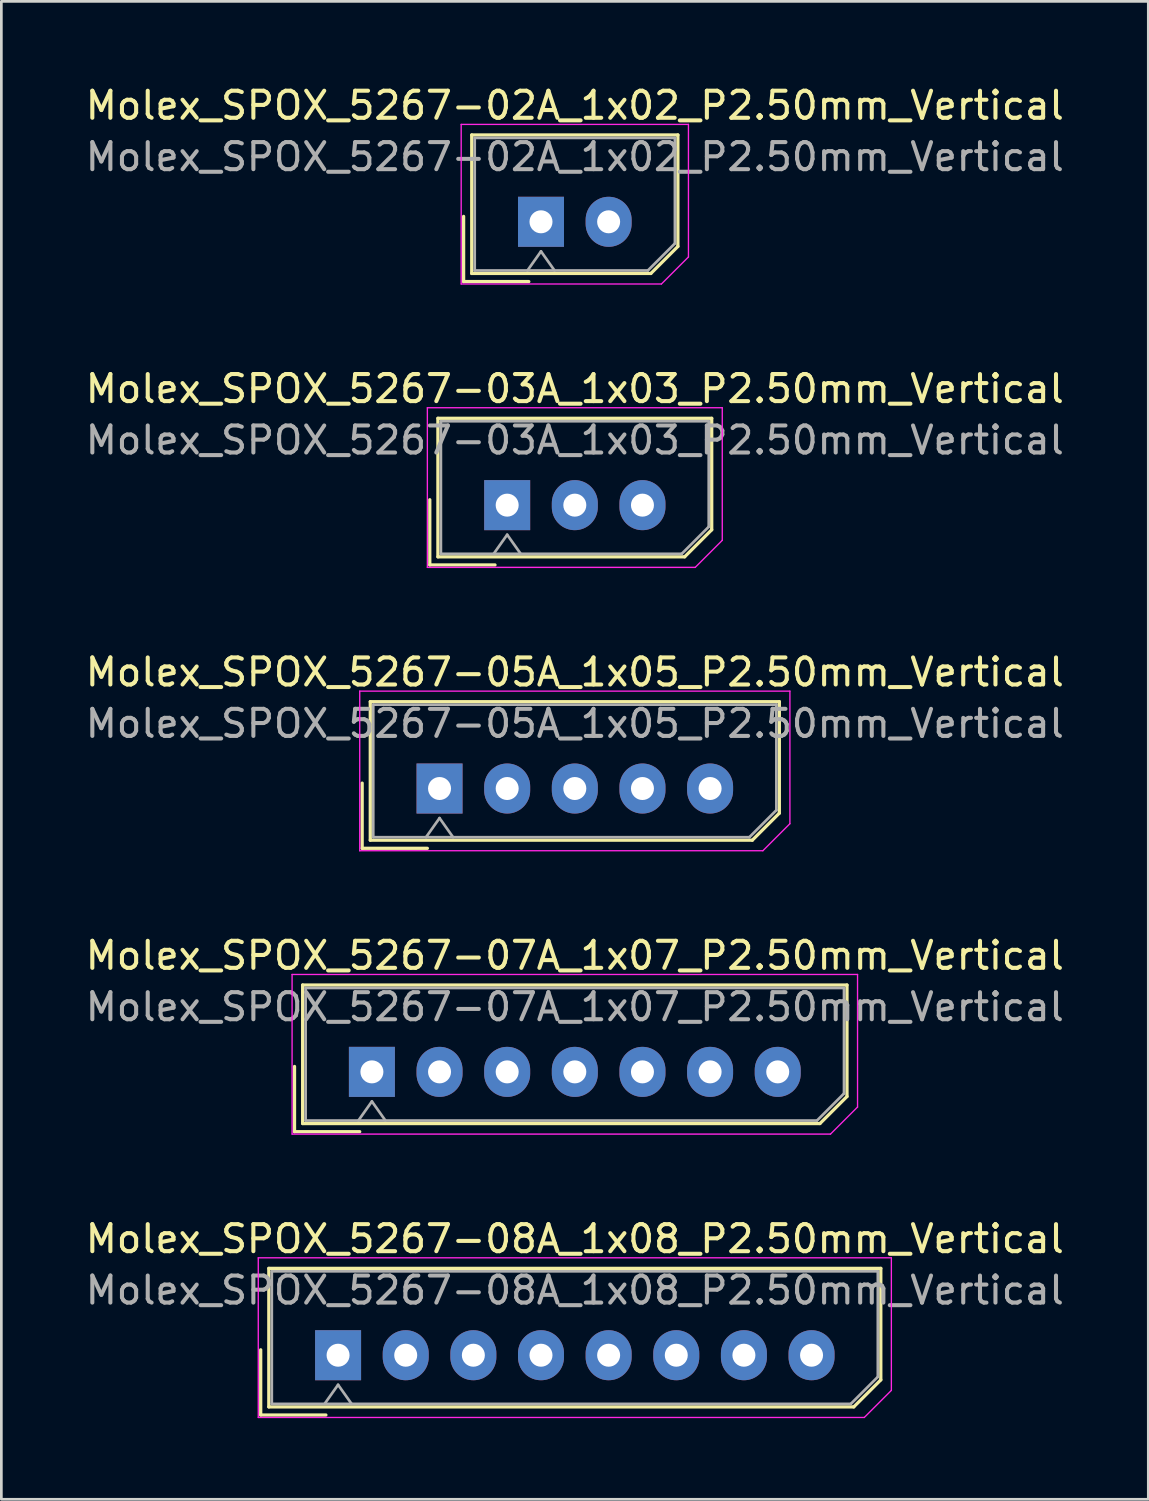
<source format=kicad_pcb>
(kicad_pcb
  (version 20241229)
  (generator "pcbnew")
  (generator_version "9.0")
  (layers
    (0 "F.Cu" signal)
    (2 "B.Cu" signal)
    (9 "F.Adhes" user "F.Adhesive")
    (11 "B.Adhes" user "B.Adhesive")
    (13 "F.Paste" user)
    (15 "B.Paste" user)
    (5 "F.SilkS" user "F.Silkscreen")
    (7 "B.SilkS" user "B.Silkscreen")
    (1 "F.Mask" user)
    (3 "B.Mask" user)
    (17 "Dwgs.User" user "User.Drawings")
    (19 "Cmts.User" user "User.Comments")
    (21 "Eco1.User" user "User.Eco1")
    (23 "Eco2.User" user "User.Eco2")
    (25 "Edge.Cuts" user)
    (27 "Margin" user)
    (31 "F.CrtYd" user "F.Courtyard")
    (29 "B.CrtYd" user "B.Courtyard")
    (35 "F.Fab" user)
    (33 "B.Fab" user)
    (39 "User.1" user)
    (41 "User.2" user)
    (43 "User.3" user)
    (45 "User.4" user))
  (footprint "Molex_SPOX_5267-03A_1x03_P2.50mm_Vertical"
    (layer "F.Cu")
    (at 15.696 15.621)
    (property "Reference" "Molex_SPOX_5267-03A_1x03_P2.50mm_Vertical" (at 2.5 -4.3 0) (layer "F.SilkS") (effects (font (size 1 1) (thickness 0.15))))
    (attr through_hole)
    (fp_line (start -2.86 -0.2) (end -2.86 2.21) (stroke (width 0.12) (type solid)) (layer "F.SilkS"))
    (fp_line (start -2.86 2.21) (end -0.45 2.21) (stroke (width 0.12) (type solid)) (layer "F.SilkS"))
    (fp_line (start -2.56 -3.21) (end -2.56 1.91) (stroke (width 0.12) (type solid)) (layer "F.SilkS"))
    (fp_line (start -2.56 1.91) (end 6.56 1.91) (stroke (width 0.12) (type solid)) (layer "F.SilkS"))
    (fp_line (start 6.56 1.91) (end 7.56 0.91) (stroke (width 0.12) (type solid)) (layer "F.SilkS"))
    (fp_line (start 7.56 -3.21) (end -2.56 -3.21) (stroke (width 0.12) (type solid)) (layer "F.SilkS"))
    (fp_line (start 7.56 0.91) (end 7.56 -3.21) (stroke (width 0.12) (type solid)) (layer "F.SilkS"))
    (fp_line (start -2.95 -3.6) (end -2.95 2.3) (stroke (width 0.05) (type solid)) (layer "F.CrtYd"))
    (fp_line (start -2.95 2.3) (end 6.95 2.3) (stroke (width 0.05) (type solid)) (layer "F.CrtYd"))
    (fp_line (start 6.95 2.3) (end 7.95 1.3) (stroke (width 0.05) (type solid)) (layer "F.CrtYd"))
    (fp_line (start 7.95 -3.6) (end -2.95 -3.6) (stroke (width 0.05) (type solid)) (layer "F.CrtYd"))
    (fp_line (start 7.95 1.3) (end 7.95 -3.6) (stroke (width 0.05) (type solid)) (layer "F.CrtYd"))
    (fp_line (start -2.45 -3.1) (end -2.45 1.8) (stroke (width 0.1) (type solid)) (layer "F.Fab"))
    (fp_line (start -2.45 1.8) (end 6.45 1.8) (stroke (width 0.1) (type solid)) (layer "F.Fab"))
    (fp_line (start -0.5 1.8) (end 0 1.093) (stroke (width 0.1) (type solid)) (layer "F.Fab"))
    (fp_line (start 0 1.093) (end 0.5 1.8) (stroke (width 0.1) (type solid)) (layer "F.Fab"))
    (fp_line (start 6.45 1.8) (end 7.45 0.8) (stroke (width 0.1) (type solid)) (layer "F.Fab"))
    (fp_line (start 7.45 -3.1) (end -2.45 -3.1) (stroke (width 0.1) (type solid)) (layer "F.Fab"))
    (fp_line (start 7.45 0.8) (end 7.45 -3.1) (stroke (width 0.1) (type solid)) (layer "F.Fab"))
    (fp_text user "${REFERENCE}" (at 2.5 -2.4 0) (layer "F.Fab") (effects (font (size 1 1) (thickness 0.15))))
    (pad "1" thru_hole rect (at 0 0) (size 1.7 1.85) (drill 0.85) (layers "*.Cu" "*.Mask"))
    (pad "2" thru_hole oval (at 2.5 0) (size 1.7 1.85) (drill 0.85) (layers "*.Cu" "*.Mask"))
    (pad "3" thru_hole oval (at 5 0) (size 1.7 1.85) (drill 0.85) (layers "*.Cu" "*.Mask")))
  (footprint "Molex_SPOX_5267-02A_1x02_P2.50mm_Vertical"
    (layer "F.Cu")
    (at 16.946 5.148)
    (property "Reference" "Molex_SPOX_5267-02A_1x02_P2.50mm_Vertical" (at 1.25 -4.3 0) (layer "F.SilkS") (effects (font (size 1 1) (thickness 0.15))))
    (attr through_hole)
    (fp_line (start -2.86 -0.2) (end -2.86 2.21) (stroke (width 0.12) (type solid)) (layer "F.SilkS"))
    (fp_line (start -2.86 2.21) (end -0.45 2.21) (stroke (width 0.12) (type solid)) (layer "F.SilkS"))
    (fp_line (start -2.56 -3.21) (end -2.56 1.91) (stroke (width 0.12) (type solid)) (layer "F.SilkS"))
    (fp_line (start -2.56 1.91) (end 4.06 1.91) (stroke (width 0.12) (type solid)) (layer "F.SilkS"))
    (fp_line (start 4.06 1.91) (end 5.06 0.91) (stroke (width 0.12) (type solid)) (layer "F.SilkS"))
    (fp_line (start 5.06 -3.21) (end -2.56 -3.21) (stroke (width 0.12) (type solid)) (layer "F.SilkS"))
    (fp_line (start 5.06 0.91) (end 5.06 -3.21) (stroke (width 0.12) (type solid)) (layer "F.SilkS"))
    (fp_line (start -2.95 -3.6) (end -2.95 2.3) (stroke (width 0.05) (type solid)) (layer "F.CrtYd"))
    (fp_line (start -2.95 2.3) (end 4.45 2.3) (stroke (width 0.05) (type solid)) (layer "F.CrtYd"))
    (fp_line (start 4.45 2.3) (end 5.45 1.3) (stroke (width 0.05) (type solid)) (layer "F.CrtYd"))
    (fp_line (start 5.45 -3.6) (end -2.95 -3.6) (stroke (width 0.05) (type solid)) (layer "F.CrtYd"))
    (fp_line (start 5.45 1.3) (end 5.45 -3.6) (stroke (width 0.05) (type solid)) (layer "F.CrtYd"))
    (fp_line (start -2.45 -3.1) (end -2.45 1.8) (stroke (width 0.1) (type solid)) (layer "F.Fab"))
    (fp_line (start -2.45 1.8) (end 3.95 1.8) (stroke (width 0.1) (type solid)) (layer "F.Fab"))
    (fp_line (start -0.5 1.8) (end 0 1.093) (stroke (width 0.1) (type solid)) (layer "F.Fab"))
    (fp_line (start 0 1.093) (end 0.5 1.8) (stroke (width 0.1) (type solid)) (layer "F.Fab"))
    (fp_line (start 3.95 1.8) (end 4.95 0.8) (stroke (width 0.1) (type solid)) (layer "F.Fab"))
    (fp_line (start 4.95 -3.1) (end -2.45 -3.1) (stroke (width 0.1) (type solid)) (layer "F.Fab"))
    (fp_line (start 4.95 0.8) (end 4.95 -3.1) (stroke (width 0.1) (type solid)) (layer "F.Fab"))
    (fp_text user "${REFERENCE}" (at 1.25 -2.4 0) (layer "F.Fab") (effects (font (size 1 1) (thickness 0.15))))
    (pad "1" thru_hole rect (at 0 0) (size 1.7 1.85) (drill 0.85) (layers "*.Cu" "*.Mask"))
    (pad "2" thru_hole oval (at 2.5 0) (size 1.7 1.85) (drill 0.85) (layers "*.Cu" "*.Mask")))
  (footprint "Molex_SPOX_5267-07A_1x07_P2.50mm_Vertical"
    (layer "F.Cu")
    (at 10.696 36.568)
    (property "Reference" "Molex_SPOX_5267-07A_1x07_P2.50mm_Vertical" (at 7.5 -4.3 0) (layer "F.SilkS") (effects (font (size 1 1) (thickness 0.15))))
    (attr through_hole)
    (fp_line (start -2.86 -0.2) (end -2.86 2.21) (stroke (width 0.12) (type solid)) (layer "F.SilkS"))
    (fp_line (start -2.86 2.21) (end -0.45 2.21) (stroke (width 0.12) (type solid)) (layer "F.SilkS"))
    (fp_line (start -2.56 -3.21) (end -2.56 1.91) (stroke (width 0.12) (type solid)) (layer "F.SilkS"))
    (fp_line (start -2.56 1.91) (end 16.56 1.91) (stroke (width 0.12) (type solid)) (layer "F.SilkS"))
    (fp_line (start 16.56 1.91) (end 17.56 0.91) (stroke (width 0.12) (type solid)) (layer "F.SilkS"))
    (fp_line (start 17.56 -3.21) (end -2.56 -3.21) (stroke (width 0.12) (type solid)) (layer "F.SilkS"))
    (fp_line (start 17.56 0.91) (end 17.56 -3.21) (stroke (width 0.12) (type solid)) (layer "F.SilkS"))
    (fp_line (start -2.95 -3.6) (end -2.95 2.3) (stroke (width 0.05) (type solid)) (layer "F.CrtYd"))
    (fp_line (start -2.95 2.3) (end 16.95 2.3) (stroke (width 0.05) (type solid)) (layer "F.CrtYd"))
    (fp_line (start 16.95 2.3) (end 17.95 1.3) (stroke (width 0.05) (type solid)) (layer "F.CrtYd"))
    (fp_line (start 17.95 -3.6) (end -2.95 -3.6) (stroke (width 0.05) (type solid)) (layer "F.CrtYd"))
    (fp_line (start 17.95 1.3) (end 17.95 -3.6) (stroke (width 0.05) (type solid)) (layer "F.CrtYd"))
    (fp_line (start -2.45 -3.1) (end -2.45 1.8) (stroke (width 0.1) (type solid)) (layer "F.Fab"))
    (fp_line (start -2.45 1.8) (end 16.45 1.8) (stroke (width 0.1) (type solid)) (layer "F.Fab"))
    (fp_line (start -0.5 1.8) (end 0 1.093) (stroke (width 0.1) (type solid)) (layer "F.Fab"))
    (fp_line (start 0 1.093) (end 0.5 1.8) (stroke (width 0.1) (type solid)) (layer "F.Fab"))
    (fp_line (start 16.45 1.8) (end 17.45 0.8) (stroke (width 0.1) (type solid)) (layer "F.Fab"))
    (fp_line (start 17.45 -3.1) (end -2.45 -3.1) (stroke (width 0.1) (type solid)) (layer "F.Fab"))
    (fp_line (start 17.45 0.8) (end 17.45 -3.1) (stroke (width 0.1) (type solid)) (layer "F.Fab"))
    (fp_text user "${REFERENCE}" (at 7.5 -2.4 0) (layer "F.Fab") (effects (font (size 1 1) (thickness 0.15))))
    (pad "1" thru_hole rect (at 0 0) (size 1.7 1.85) (drill 0.85) (layers "*.Cu" "*.Mask"))
    (pad "2" thru_hole oval (at 2.5 0) (size 1.7 1.85) (drill 0.85) (layers "*.Cu" "*.Mask"))
    (pad "3" thru_hole oval (at 5 0) (size 1.7 1.85) (drill 0.85) (layers "*.Cu" "*.Mask"))
    (pad "4" thru_hole oval (at 7.5 0) (size 1.7 1.85) (drill 0.85) (layers "*.Cu" "*.Mask"))
    (pad "5" thru_hole oval (at 10 0) (size 1.7 1.85) (drill 0.85) (layers "*.Cu" "*.Mask"))
    (pad "6" thru_hole oval (at 12.5 0) (size 1.7 1.85) (drill 0.85) (layers "*.Cu" "*.Mask"))
    (pad "7" thru_hole oval (at 15 0) (size 1.7 1.85) (drill 0.85) (layers "*.Cu" "*.Mask")))
  (footprint "Molex_SPOX_5267-05A_1x05_P2.50mm_Vertical"
    (layer "F.Cu")
    (at 13.196 26.095)
    (property "Reference" "Molex_SPOX_5267-05A_1x05_P2.50mm_Vertical" (at 5 -4.3 0) (layer "F.SilkS") (effects (font (size 1 1) (thickness 0.15))))
    (attr through_hole)
    (fp_line (start -2.86 -0.2) (end -2.86 2.21) (stroke (width 0.12) (type solid)) (layer "F.SilkS"))
    (fp_line (start -2.86 2.21) (end -0.45 2.21) (stroke (width 0.12) (type solid)) (layer "F.SilkS"))
    (fp_line (start -2.56 -3.21) (end -2.56 1.91) (stroke (width 0.12) (type solid)) (layer "F.SilkS"))
    (fp_line (start -2.56 1.91) (end 11.56 1.91) (stroke (width 0.12) (type solid)) (layer "F.SilkS"))
    (fp_line (start 11.56 1.91) (end 12.56 0.91) (stroke (width 0.12) (type solid)) (layer "F.SilkS"))
    (fp_line (start 12.56 -3.21) (end -2.56 -3.21) (stroke (width 0.12) (type solid)) (layer "F.SilkS"))
    (fp_line (start 12.56 0.91) (end 12.56 -3.21) (stroke (width 0.12) (type solid)) (layer "F.SilkS"))
    (fp_line (start -2.95 -3.6) (end -2.95 2.3) (stroke (width 0.05) (type solid)) (layer "F.CrtYd"))
    (fp_line (start -2.95 2.3) (end 11.95 2.3) (stroke (width 0.05) (type solid)) (layer "F.CrtYd"))
    (fp_line (start 11.95 2.3) (end 12.95 1.3) (stroke (width 0.05) (type solid)) (layer "F.CrtYd"))
    (fp_line (start 12.95 -3.6) (end -2.95 -3.6) (stroke (width 0.05) (type solid)) (layer "F.CrtYd"))
    (fp_line (start 12.95 1.3) (end 12.95 -3.6) (stroke (width 0.05) (type solid)) (layer "F.CrtYd"))
    (fp_line (start -2.45 -3.1) (end -2.45 1.8) (stroke (width 0.1) (type solid)) (layer "F.Fab"))
    (fp_line (start -2.45 1.8) (end 11.45 1.8) (stroke (width 0.1) (type solid)) (layer "F.Fab"))
    (fp_line (start -0.5 1.8) (end 0 1.093) (stroke (width 0.1) (type solid)) (layer "F.Fab"))
    (fp_line (start 0 1.093) (end 0.5 1.8) (stroke (width 0.1) (type solid)) (layer "F.Fab"))
    (fp_line (start 11.45 1.8) (end 12.45 0.8) (stroke (width 0.1) (type solid)) (layer "F.Fab"))
    (fp_line (start 12.45 -3.1) (end -2.45 -3.1) (stroke (width 0.1) (type solid)) (layer "F.Fab"))
    (fp_line (start 12.45 0.8) (end 12.45 -3.1) (stroke (width 0.1) (type solid)) (layer "F.Fab"))
    (fp_text user "${REFERENCE}" (at 5 -2.4 0) (layer "F.Fab") (effects (font (size 1 1) (thickness 0.15))))
    (pad "1" thru_hole rect (at 0 0) (size 1.7 1.85) (drill 0.85) (layers "*.Cu" "*.Mask"))
    (pad "2" thru_hole oval (at 2.5 0) (size 1.7 1.85) (drill 0.85) (layers "*.Cu" "*.Mask"))
    (pad "3" thru_hole oval (at 5 0) (size 1.7 1.85) (drill 0.85) (layers "*.Cu" "*.Mask"))
    (pad "4" thru_hole oval (at 7.5 0) (size 1.7 1.85) (drill 0.85) (layers "*.Cu" "*.Mask"))
    (pad "5" thru_hole oval (at 10 0) (size 1.7 1.85) (drill 0.85) (layers "*.Cu" "*.Mask")))
  (footprint "Molex_SPOX_5267-08A_1x08_P2.50mm_Vertical"
    (layer "F.Cu")
    (at 9.446 47.041)
    (property "Reference" "Molex_SPOX_5267-08A_1x08_P2.50mm_Vertical" (at 8.75 -4.3 0) (layer "F.SilkS") (effects (font (size 1 1) (thickness 0.15))))
    (attr through_hole)
    (fp_line (start -2.86 -0.2) (end -2.86 2.21) (stroke (width 0.12) (type solid)) (layer "F.SilkS"))
    (fp_line (start -2.86 2.21) (end -0.45 2.21) (stroke (width 0.12) (type solid)) (layer "F.SilkS"))
    (fp_line (start -2.56 -3.21) (end -2.56 1.91) (stroke (width 0.12) (type solid)) (layer "F.SilkS"))
    (fp_line (start -2.56 1.91) (end 19.06 1.91) (stroke (width 0.12) (type solid)) (layer "F.SilkS"))
    (fp_line (start 19.06 1.91) (end 20.06 0.91) (stroke (width 0.12) (type solid)) (layer "F.SilkS"))
    (fp_line (start 20.06 -3.21) (end -2.56 -3.21) (stroke (width 0.12) (type solid)) (layer "F.SilkS"))
    (fp_line (start 20.06 0.91) (end 20.06 -3.21) (stroke (width 0.12) (type solid)) (layer "F.SilkS"))
    (fp_line (start -2.95 -3.6) (end -2.95 2.3) (stroke (width 0.05) (type solid)) (layer "F.CrtYd"))
    (fp_line (start -2.95 2.3) (end 19.45 2.3) (stroke (width 0.05) (type solid)) (layer "F.CrtYd"))
    (fp_line (start 19.45 2.3) (end 20.45 1.3) (stroke (width 0.05) (type solid)) (layer "F.CrtYd"))
    (fp_line (start 20.45 -3.6) (end -2.95 -3.6) (stroke (width 0.05) (type solid)) (layer "F.CrtYd"))
    (fp_line (start 20.45 1.3) (end 20.45 -3.6) (stroke (width 0.05) (type solid)) (layer "F.CrtYd"))
    (fp_line (start -2.45 -3.1) (end -2.45 1.8) (stroke (width 0.1) (type solid)) (layer "F.Fab"))
    (fp_line (start -2.45 1.8) (end 18.95 1.8) (stroke (width 0.1) (type solid)) (layer "F.Fab"))
    (fp_line (start -0.5 1.8) (end 0 1.093) (stroke (width 0.1) (type solid)) (layer "F.Fab"))
    (fp_line (start 0 1.093) (end 0.5 1.8) (stroke (width 0.1) (type solid)) (layer "F.Fab"))
    (fp_line (start 18.95 1.8) (end 19.95 0.8) (stroke (width 0.1) (type solid)) (layer "F.Fab"))
    (fp_line (start 19.95 -3.1) (end -2.45 -3.1) (stroke (width 0.1) (type solid)) (layer "F.Fab"))
    (fp_line (start 19.95 0.8) (end 19.95 -3.1) (stroke (width 0.1) (type solid)) (layer "F.Fab"))
    (fp_text user "${REFERENCE}" (at 8.75 -2.4 0) (layer "F.Fab") (effects (font (size 1 1) (thickness 0.15))))
    (pad "1" thru_hole rect (at 0 0) (size 1.7 1.85) (drill 0.85) (layers "*.Cu" "*.Mask"))
    (pad "2" thru_hole oval (at 2.5 0) (size 1.7 1.85) (drill 0.85) (layers "*.Cu" "*.Mask"))
    (pad "3" thru_hole oval (at 5 0) (size 1.7 1.85) (drill 0.85) (layers "*.Cu" "*.Mask"))
    (pad "4" thru_hole oval (at 7.5 0) (size 1.7 1.85) (drill 0.85) (layers "*.Cu" "*.Mask"))
    (pad "5" thru_hole oval (at 10 0) (size 1.7 1.85) (drill 0.85) (layers "*.Cu" "*.Mask"))
    (pad "6" thru_hole oval (at 12.5 0) (size 1.7 1.85) (drill 0.85) (layers "*.Cu" "*.Mask"))
    (pad "7" thru_hole oval (at 15 0) (size 1.7 1.85) (drill 0.85) (layers "*.Cu" "*.Mask"))
    (pad "8" thru_hole oval (at 17.5 0) (size 1.7 1.85) (drill 0.85) (layers "*.Cu" "*.Mask")))
  (gr_rect
    (start -3 -3)
    (end 39.393 52.366)
    (stroke (width 0.1) (type default))
    (fill no)
    (layer "Edge.Cuts")))
</source>
